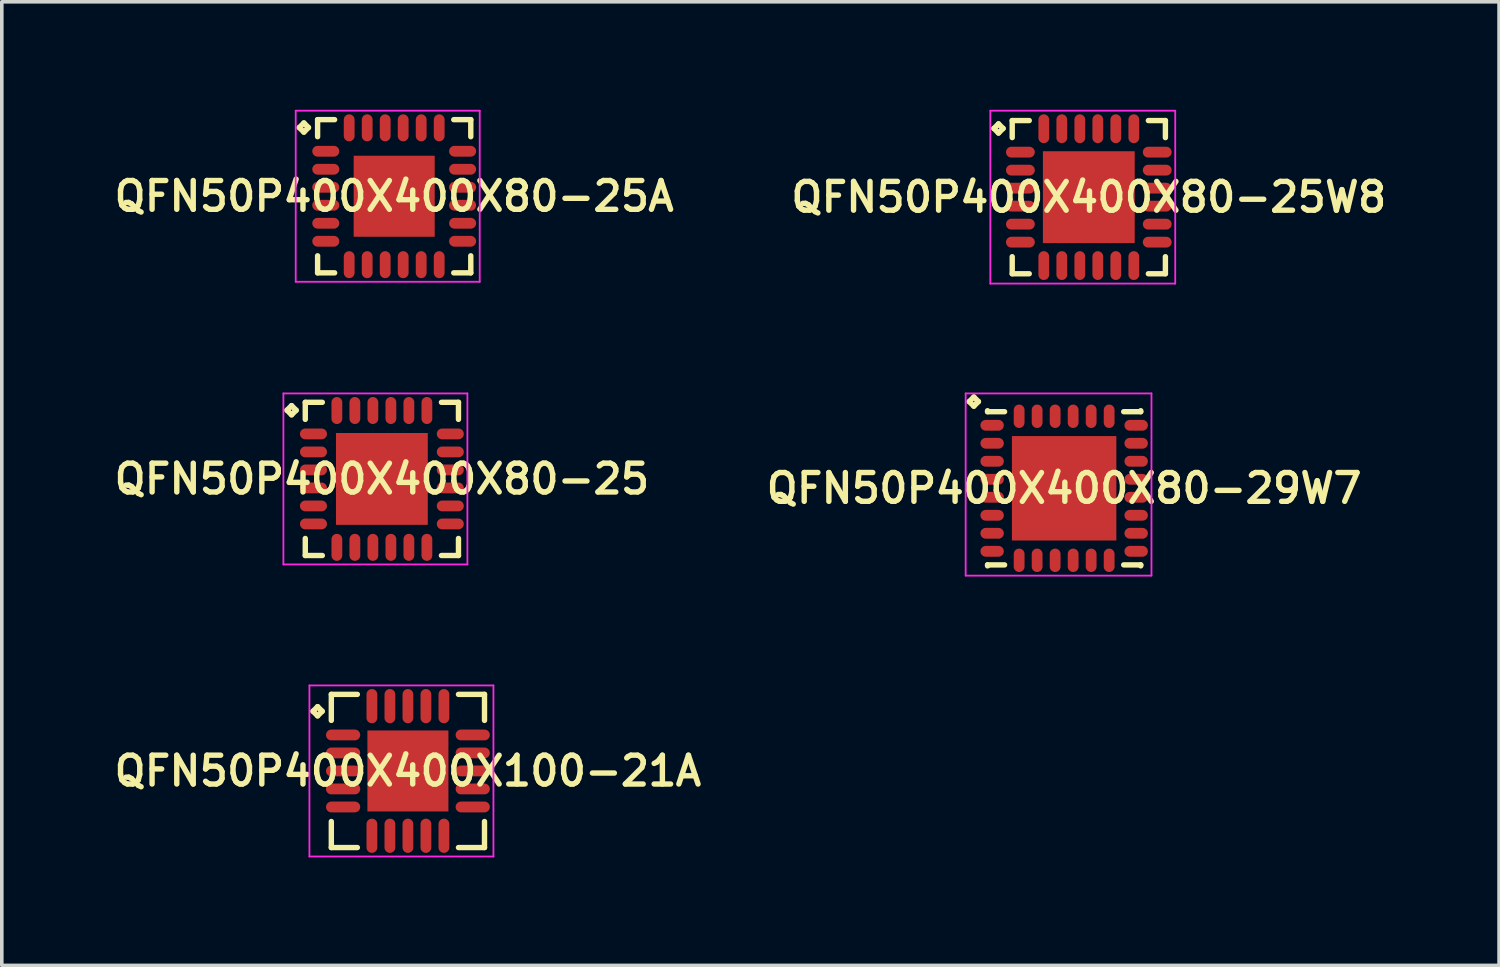
<source format=kicad_pcb>
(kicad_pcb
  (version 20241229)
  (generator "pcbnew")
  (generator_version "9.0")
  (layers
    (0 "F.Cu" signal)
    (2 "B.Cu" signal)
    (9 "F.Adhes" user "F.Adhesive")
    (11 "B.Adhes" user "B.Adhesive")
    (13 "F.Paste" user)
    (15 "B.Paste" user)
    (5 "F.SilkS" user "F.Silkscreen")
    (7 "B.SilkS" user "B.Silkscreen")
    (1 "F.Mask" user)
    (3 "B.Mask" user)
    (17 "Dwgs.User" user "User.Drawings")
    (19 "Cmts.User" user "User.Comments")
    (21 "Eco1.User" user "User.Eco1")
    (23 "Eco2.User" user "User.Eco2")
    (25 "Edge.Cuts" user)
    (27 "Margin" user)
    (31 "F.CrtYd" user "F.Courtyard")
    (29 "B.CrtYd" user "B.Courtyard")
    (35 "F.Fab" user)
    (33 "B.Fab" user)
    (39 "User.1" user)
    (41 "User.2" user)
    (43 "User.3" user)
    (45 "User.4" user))
  (footprint "QFN50P400X400X80-25"
    (layer "F.Cu")
    (at 7.555 10.25)
    (property "Reference" "QFN50P400X400X80-25" (at 0 0 0) (layer "F.SilkS") (effects (font (size 0.8 0.8) (thickness 0.15))))
    (attr smd)
    (fp_line (start -2.635 -1.908) (end -2.508 -2.035) (stroke (width 0.15) (type solid)) (layer "F.SilkS"))
    (fp_line (start -2.508 -2.035) (end -2.381 -1.908) (stroke (width 0.15) (type solid)) (layer "F.SilkS"))
    (fp_line (start -2.508 -1.781) (end -2.635 -1.908) (stroke (width 0.15) (type solid)) (layer "F.SilkS"))
    (fp_line (start -2.381 -1.908) (end -2.508 -1.781) (stroke (width 0.15) (type solid)) (layer "F.SilkS"))
    (fp_line (start -2.127 -2.127) (end -1.654 -2.127) (stroke (width 0.15) (type solid)) (layer "F.SilkS"))
    (fp_line (start -2.127 -1.654) (end -2.127 -2.127) (stroke (width 0.15) (type solid)) (layer "F.SilkS"))
    (fp_line (start -2.127 1.654) (end -2.127 2.127) (stroke (width 0.15) (type solid)) (layer "F.SilkS"))
    (fp_line (start -2.127 2.127) (end -1.654 2.127) (stroke (width 0.15) (type solid)) (layer "F.SilkS"))
    (fp_line (start 1.654 -2.127) (end 2.127 -2.127) (stroke (width 0.15) (type solid)) (layer "F.SilkS"))
    (fp_line (start 1.654 2.127) (end 2.127 2.127) (stroke (width 0.15) (type solid)) (layer "F.SilkS"))
    (fp_line (start 2.127 -2.127) (end 2.127 -1.654) (stroke (width 0.15) (type solid)) (layer "F.SilkS"))
    (fp_line (start 2.127 2.127) (end 2.127 1.654) (stroke (width 0.15) (type solid)) (layer "F.SilkS"))
    (fp_line (start -2.735 -2.375) (end 2.375 -2.375) (stroke (width 0.05) (type solid)) (layer "F.CrtYd"))
    (fp_line (start -2.735 2.375) (end -2.735 -2.375) (stroke (width 0.05) (type solid)) (layer "F.CrtYd"))
    (fp_line (start 2.375 -2.375) (end 2.375 2.375) (stroke (width 0.05) (type solid)) (layer "F.CrtYd"))
    (fp_line (start 2.375 2.375) (end -2.735 2.375) (stroke (width 0.05) (type solid)) (layer "F.CrtYd"))
    (pad "1" smd oval (at -1.9 -1.25) (size 0.75 0.3) (layers "F.Cu" "F.Mask" "F.Paste"))
    (pad "2" smd oval (at -1.9 -0.75) (size 0.75 0.3) (layers "F.Cu" "F.Mask" "F.Paste"))
    (pad "3" smd oval (at -1.9 -0.25) (size 0.75 0.3) (layers "F.Cu" "F.Mask" "F.Paste"))
    (pad "4" smd oval (at -1.9 0.25) (size 0.75 0.3) (layers "F.Cu" "F.Mask" "F.Paste"))
    (pad "5" smd oval (at -1.9 0.75) (size 0.75 0.3) (layers "F.Cu" "F.Mask" "F.Paste"))
    (pad "6" smd oval (at -1.9 1.25) (size 0.75 0.3) (layers "F.Cu" "F.Mask" "F.Paste"))
    (pad "7" smd oval (at -1.25 1.9) (size 0.3 0.75) (layers "F.Cu" "F.Mask" "F.Paste"))
    (pad "8" smd oval (at -0.75 1.9) (size 0.3 0.75) (layers "F.Cu" "F.Mask" "F.Paste"))
    (pad "9" smd oval (at -0.25 1.9) (size 0.3 0.75) (layers "F.Cu" "F.Mask" "F.Paste"))
    (pad "10" smd oval (at 0.25 1.9) (size 0.3 0.75) (layers "F.Cu" "F.Mask" "F.Paste"))
    (pad "11" smd oval (at 0.75 1.9) (size 0.3 0.75) (layers "F.Cu" "F.Mask" "F.Paste"))
    (pad "12" smd oval (at 1.25 1.9) (size 0.3 0.75) (layers "F.Cu" "F.Mask" "F.Paste"))
    (pad "13" smd oval (at 1.9 1.25) (size 0.75 0.3) (layers "F.Cu" "F.Mask" "F.Paste"))
    (pad "14" smd oval (at 1.9 0.75) (size 0.75 0.3) (layers "F.Cu" "F.Mask" "F.Paste"))
    (pad "15" smd oval (at 1.9 0.25) (size 0.75 0.3) (layers "F.Cu" "F.Mask" "F.Paste"))
    (pad "16" smd oval (at 1.9 -0.25) (size 0.75 0.3) (layers "F.Cu" "F.Mask" "F.Paste"))
    (pad "17" smd oval (at 1.9 -0.75) (size 0.75 0.3) (layers "F.Cu" "F.Mask" "F.Paste"))
    (pad "18" smd oval (at 1.9 -1.25) (size 0.75 0.3) (layers "F.Cu" "F.Mask" "F.Paste"))
    (pad "19" smd oval (at 1.25 -1.9) (size 0.3 0.75) (layers "F.Cu" "F.Mask" "F.Paste"))
    (pad "20" smd oval (at 0.75 -1.9) (size 0.3 0.75) (layers "F.Cu" "F.Mask" "F.Paste"))
    (pad "21" smd oval (at 0.25 -1.9) (size 0.3 0.75) (layers "F.Cu" "F.Mask" "F.Paste"))
    (pad "22" smd oval (at -0.25 -1.9) (size 0.3 0.75) (layers "F.Cu" "F.Mask" "F.Paste"))
    (pad "23" smd oval (at -0.75 -1.9) (size 0.3 0.75) (layers "F.Cu" "F.Mask" "F.Paste"))
    (pad "24" smd oval (at -1.25 -1.9) (size 0.3 0.75) (layers "F.Cu" "F.Mask" "F.Paste"))
    (pad "25" smd rect (at 0 0) (size 2.55 2.55) (layers "F.Cu" "F.Mask" "F.Paste")))
  (footprint "QFN50P400X400X80-29W7"
    (layer "F.Cu")
    (at 26.502 10.51)
    (property "Reference" "QFN50P400X400X80-29W7" (at 0 0 0) (layer "F.SilkS") (effects (font (size 0.8 0.8) (thickness 0.15))))
    (attr smd)
    (fp_line (start -2.635 -2.408) (end -2.508 -2.535) (stroke (width 0.15) (type solid)) (layer "F.SilkS"))
    (fp_line (start -2.508 -2.535) (end -2.381 -2.408) (stroke (width 0.15) (type solid)) (layer "F.SilkS"))
    (fp_line (start -2.508 -2.281) (end -2.635 -2.408) (stroke (width 0.15) (type solid)) (layer "F.SilkS"))
    (fp_line (start -2.381 -2.408) (end -2.508 -2.281) (stroke (width 0.15) (type solid)) (layer "F.SilkS"))
    (fp_line (start -2.127 -2.154) (end -2.127 -2.127) (stroke (width 0.15) (type solid)) (layer "F.SilkS"))
    (fp_line (start -2.127 -2.127) (end -1.654 -2.127) (stroke (width 0.15) (type solid)) (layer "F.SilkS"))
    (fp_line (start -2.127 2.127) (end -1.654 2.127) (stroke (width 0.15) (type solid)) (layer "F.SilkS"))
    (fp_line (start -2.127 2.154) (end -2.127 2.127) (stroke (width 0.15) (type solid)) (layer "F.SilkS"))
    (fp_line (start 1.654 -2.127) (end 2.127 -2.127) (stroke (width 0.15) (type solid)) (layer "F.SilkS"))
    (fp_line (start 1.654 2.127) (end 2.127 2.127) (stroke (width 0.15) (type solid)) (layer "F.SilkS"))
    (fp_line (start 2.127 -2.127) (end 2.127 -2.154) (stroke (width 0.15) (type solid)) (layer "F.SilkS"))
    (fp_line (start 2.127 2.127) (end 2.127 2.154) (stroke (width 0.15) (type solid)) (layer "F.SilkS"))
    (fp_line (start -2.735 -2.635) (end 2.425 -2.635) (stroke (width 0.05) (type solid)) (layer "F.CrtYd"))
    (fp_line (start -2.735 2.425) (end -2.735 -2.635) (stroke (width 0.05) (type solid)) (layer "F.CrtYd"))
    (fp_line (start 2.425 -2.635) (end 2.425 2.425) (stroke (width 0.05) (type solid)) (layer "F.CrtYd"))
    (fp_line (start 2.425 2.425) (end -2.735 2.425) (stroke (width 0.05) (type solid)) (layer "F.CrtYd"))
    (pad "1" smd oval (at -2 -1.75) (size 0.65 0.3) (layers "F.Cu" "F.Mask" "F.Paste"))
    (pad "2" smd oval (at -2 -1.25) (size 0.65 0.3) (layers "F.Cu" "F.Mask" "F.Paste"))
    (pad "3" smd oval (at -2 -0.75) (size 0.65 0.3) (layers "F.Cu" "F.Mask" "F.Paste"))
    (pad "4" smd oval (at -2 -0.25) (size 0.65 0.3) (layers "F.Cu" "F.Mask" "F.Paste"))
    (pad "5" smd oval (at -2 0.25) (size 0.65 0.3) (layers "F.Cu" "F.Mask" "F.Paste"))
    (pad "6" smd oval (at -2 0.75) (size 0.65 0.3) (layers "F.Cu" "F.Mask" "F.Paste"))
    (pad "7" smd oval (at -2 1.25) (size 0.65 0.3) (layers "F.Cu" "F.Mask" "F.Paste"))
    (pad "8" smd oval (at -2 1.75) (size 0.65 0.3) (layers "F.Cu" "F.Mask" "F.Paste"))
    (pad "9" smd oval (at -1.25 2) (size 0.3 0.65) (layers "F.Cu" "F.Mask" "F.Paste"))
    (pad "10" smd oval (at -0.75 2) (size 0.3 0.65) (layers "F.Cu" "F.Mask" "F.Paste"))
    (pad "11" smd oval (at -0.25 2) (size 0.3 0.65) (layers "F.Cu" "F.Mask" "F.Paste"))
    (pad "12" smd oval (at 0.25 2) (size 0.3 0.65) (layers "F.Cu" "F.Mask" "F.Paste"))
    (pad "13" smd oval (at 0.75 2) (size 0.3 0.65) (layers "F.Cu" "F.Mask" "F.Paste"))
    (pad "14" smd oval (at 1.25 2) (size 0.3 0.65) (layers "F.Cu" "F.Mask" "F.Paste"))
    (pad "15" smd oval (at 2 1.75) (size 0.65 0.3) (layers "F.Cu" "F.Mask" "F.Paste"))
    (pad "16" smd oval (at 2 1.25) (size 0.65 0.3) (layers "F.Cu" "F.Mask" "F.Paste"))
    (pad "17" smd oval (at 2 0.75) (size 0.65 0.3) (layers "F.Cu" "F.Mask" "F.Paste"))
    (pad "18" smd oval (at 2 0.25) (size 0.65 0.3) (layers "F.Cu" "F.Mask" "F.Paste"))
    (pad "19" smd oval (at 2 -0.25) (size 0.65 0.3) (layers "F.Cu" "F.Mask" "F.Paste"))
    (pad "20" smd oval (at 2 -0.75) (size 0.65 0.3) (layers "F.Cu" "F.Mask" "F.Paste"))
    (pad "21" smd oval (at 2 -1.25) (size 0.65 0.3) (layers "F.Cu" "F.Mask" "F.Paste"))
    (pad "22" smd oval (at 2 -1.75) (size 0.65 0.3) (layers "F.Cu" "F.Mask" "F.Paste"))
    (pad "23" smd oval (at 1.25 -2) (size 0.3 0.65) (layers "F.Cu" "F.Mask" "F.Paste"))
    (pad "24" smd oval (at 0.75 -2) (size 0.3 0.65) (layers "F.Cu" "F.Mask" "F.Paste"))
    (pad "25" smd oval (at 0.25 -2) (size 0.3 0.65) (layers "F.Cu" "F.Mask" "F.Paste"))
    (pad "26" smd oval (at -0.25 -2) (size 0.3 0.65) (layers "F.Cu" "F.Mask" "F.Paste"))
    (pad "27" smd oval (at -0.75 -2) (size 0.3 0.65) (layers "F.Cu" "F.Mask" "F.Paste"))
    (pad "28" smd oval (at -1.25 -2) (size 0.3 0.65) (layers "F.Cu" "F.Mask" "F.Paste"))
    (pad "29" smd rect (at 0 0) (size 2.9 2.9) (layers "F.Cu" "F.Mask" "F.Paste")))
  (footprint "QFN50P400X400X80-25W8"
    (layer "F.Cu")
    (at 27.187 2.425)
    (property "Reference" "QFN50P400X400X80-25W8" (at 0 0 0) (layer "F.SilkS") (effects (font (size 0.8 0.8) (thickness 0.15))))
    (attr smd)
    (fp_line (start -2.635 -1.908) (end -2.508 -2.035) (stroke (width 0.15) (type solid)) (layer "F.SilkS"))
    (fp_line (start -2.508 -2.035) (end -2.381 -1.908) (stroke (width 0.15) (type solid)) (layer "F.SilkS"))
    (fp_line (start -2.508 -1.781) (end -2.635 -1.908) (stroke (width 0.15) (type solid)) (layer "F.SilkS"))
    (fp_line (start -2.381 -1.908) (end -2.508 -1.781) (stroke (width 0.15) (type solid)) (layer "F.SilkS"))
    (fp_line (start -2.127 -2.127) (end -1.654 -2.127) (stroke (width 0.15) (type solid)) (layer "F.SilkS"))
    (fp_line (start -2.127 -1.654) (end -2.127 -2.127) (stroke (width 0.15) (type solid)) (layer "F.SilkS"))
    (fp_line (start -2.127 1.654) (end -2.127 2.127) (stroke (width 0.15) (type solid)) (layer "F.SilkS"))
    (fp_line (start -2.127 2.127) (end -1.654 2.127) (stroke (width 0.15) (type solid)) (layer "F.SilkS"))
    (fp_line (start 1.654 -2.127) (end 2.127 -2.127) (stroke (width 0.15) (type solid)) (layer "F.SilkS"))
    (fp_line (start 1.654 2.127) (end 2.127 2.127) (stroke (width 0.15) (type solid)) (layer "F.SilkS"))
    (fp_line (start 2.127 -2.127) (end 2.127 -1.654) (stroke (width 0.15) (type solid)) (layer "F.SilkS"))
    (fp_line (start 2.127 2.127) (end 2.127 1.654) (stroke (width 0.15) (type solid)) (layer "F.SilkS"))
    (fp_line (start -2.735 -2.4) (end 2.4 -2.4) (stroke (width 0.05) (type solid)) (layer "F.CrtYd"))
    (fp_line (start -2.735 2.4) (end -2.735 -2.4) (stroke (width 0.05) (type solid)) (layer "F.CrtYd"))
    (fp_line (start 2.4 -2.4) (end 2.4 2.4) (stroke (width 0.05) (type solid)) (layer "F.CrtYd"))
    (fp_line (start 2.4 2.4) (end -2.735 2.4) (stroke (width 0.05) (type solid)) (layer "F.CrtYd"))
    (pad "1" smd oval (at -1.9 -1.25) (size 0.8 0.3) (layers "F.Cu" "F.Mask" "F.Paste"))
    (pad "2" smd oval (at -1.9 -0.75) (size 0.8 0.3) (layers "F.Cu" "F.Mask" "F.Paste"))
    (pad "3" smd oval (at -1.9 -0.25) (size 0.8 0.3) (layers "F.Cu" "F.Mask" "F.Paste"))
    (pad "4" smd oval (at -1.9 0.25) (size 0.8 0.3) (layers "F.Cu" "F.Mask" "F.Paste"))
    (pad "5" smd oval (at -1.9 0.75) (size 0.8 0.3) (layers "F.Cu" "F.Mask" "F.Paste"))
    (pad "6" smd oval (at -1.9 1.25) (size 0.8 0.3) (layers "F.Cu" "F.Mask" "F.Paste"))
    (pad "7" smd oval (at -1.25 1.9) (size 0.3 0.8) (layers "F.Cu" "F.Mask" "F.Paste"))
    (pad "8" smd oval (at -0.75 1.9) (size 0.3 0.8) (layers "F.Cu" "F.Mask" "F.Paste"))
    (pad "9" smd oval (at -0.25 1.9) (size 0.3 0.8) (layers "F.Cu" "F.Mask" "F.Paste"))
    (pad "10" smd oval (at 0.25 1.9) (size 0.3 0.8) (layers "F.Cu" "F.Mask" "F.Paste"))
    (pad "11" smd oval (at 0.75 1.9) (size 0.3 0.8) (layers "F.Cu" "F.Mask" "F.Paste"))
    (pad "12" smd oval (at 1.25 1.9) (size 0.3 0.8) (layers "F.Cu" "F.Mask" "F.Paste"))
    (pad "13" smd oval (at 1.9 1.25) (size 0.8 0.3) (layers "F.Cu" "F.Mask" "F.Paste"))
    (pad "14" smd oval (at 1.9 0.75) (size 0.8 0.3) (layers "F.Cu" "F.Mask" "F.Paste"))
    (pad "15" smd oval (at 1.9 0.25) (size 0.8 0.3) (layers "F.Cu" "F.Mask" "F.Paste"))
    (pad "16" smd oval (at 1.9 -0.25) (size 0.8 0.3) (layers "F.Cu" "F.Mask" "F.Paste"))
    (pad "17" smd oval (at 1.9 -0.75) (size 0.8 0.3) (layers "F.Cu" "F.Mask" "F.Paste"))
    (pad "18" smd oval (at 1.9 -1.25) (size 0.8 0.3) (layers "F.Cu" "F.Mask" "F.Paste"))
    (pad "19" smd oval (at 1.25 -1.9) (size 0.3 0.8) (layers "F.Cu" "F.Mask" "F.Paste"))
    (pad "20" smd oval (at 0.75 -1.9) (size 0.3 0.8) (layers "F.Cu" "F.Mask" "F.Paste"))
    (pad "21" smd oval (at 0.25 -1.9) (size 0.3 0.8) (layers "F.Cu" "F.Mask" "F.Paste"))
    (pad "22" smd oval (at -0.25 -1.9) (size 0.3 0.8) (layers "F.Cu" "F.Mask" "F.Paste"))
    (pad "23" smd oval (at -0.75 -1.9) (size 0.3 0.8) (layers "F.Cu" "F.Mask" "F.Paste"))
    (pad "24" smd oval (at -1.25 -1.9) (size 0.3 0.8) (layers "F.Cu" "F.Mask" "F.Paste"))
    (pad "25" smd rect (at 0 0) (size 2.55 2.55) (layers "F.Cu" "F.Mask" "F.Paste")))
  (footprint "QFN50P400X400X100-21A"
    (layer "F.Cu")
    (at 8.278 18.36)
    (property "Reference" "QFN50P400X400X100-21A" (at 0 0 0) (layer "F.SilkS") (effects (font (size 0.8 0.8) (thickness 0.15))))
    (attr smd)
    (fp_line (start -2.635 -1.658) (end -2.508 -1.785) (stroke (width 0.15) (type solid)) (layer "F.SilkS"))
    (fp_line (start -2.508 -1.785) (end -2.381 -1.658) (stroke (width 0.15) (type solid)) (layer "F.SilkS"))
    (fp_line (start -2.508 -1.531) (end -2.635 -1.658) (stroke (width 0.15) (type solid)) (layer "F.SilkS"))
    (fp_line (start -2.381 -1.658) (end -2.508 -1.531) (stroke (width 0.15) (type solid)) (layer "F.SilkS"))
    (fp_line (start -2.127 -2.127) (end -1.404 -2.127) (stroke (width 0.15) (type solid)) (layer "F.SilkS"))
    (fp_line (start -2.127 -1.404) (end -2.127 -2.127) (stroke (width 0.15) (type solid)) (layer "F.SilkS"))
    (fp_line (start -2.127 1.404) (end -2.127 2.127) (stroke (width 0.15) (type solid)) (layer "F.SilkS"))
    (fp_line (start -2.127 2.127) (end -1.404 2.127) (stroke (width 0.15) (type solid)) (layer "F.SilkS"))
    (fp_line (start 1.404 -2.127) (end 2.127 -2.127) (stroke (width 0.15) (type solid)) (layer "F.SilkS"))
    (fp_line (start 1.404 2.127) (end 2.127 2.127) (stroke (width 0.15) (type solid)) (layer "F.SilkS"))
    (fp_line (start 2.127 -2.127) (end 2.127 -1.404) (stroke (width 0.15) (type solid)) (layer "F.SilkS"))
    (fp_line (start 2.127 2.127) (end 2.127 1.404) (stroke (width 0.15) (type solid)) (layer "F.SilkS"))
    (fp_line (start -2.735 -2.375) (end 2.375 -2.375) (stroke (width 0.05) (type solid)) (layer "F.CrtYd"))
    (fp_line (start -2.735 2.375) (end -2.735 -2.375) (stroke (width 0.05) (type solid)) (layer "F.CrtYd"))
    (fp_line (start 2.375 -2.375) (end 2.375 2.375) (stroke (width 0.05) (type solid)) (layer "F.CrtYd"))
    (fp_line (start 2.375 2.375) (end -2.735 2.375) (stroke (width 0.05) (type solid)) (layer "F.CrtYd"))
    (pad "1" smd oval (at -1.8 -1) (size 0.95 0.3) (layers "F.Cu" "F.Mask" "F.Paste"))
    (pad "2" smd oval (at -1.8 -0.5) (size 0.95 0.3) (layers "F.Cu" "F.Mask" "F.Paste"))
    (pad "3" smd oval (at -1.8 0) (size 0.95 0.3) (layers "F.Cu" "F.Mask" "F.Paste"))
    (pad "4" smd oval (at -1.8 0.5) (size 0.95 0.3) (layers "F.Cu" "F.Mask" "F.Paste"))
    (pad "5" smd oval (at -1.8 1) (size 0.95 0.3) (layers "F.Cu" "F.Mask" "F.Paste"))
    (pad "6" smd oval (at -1 1.8) (size 0.3 0.95) (layers "F.Cu" "F.Mask" "F.Paste"))
    (pad "7" smd oval (at -0.5 1.8) (size 0.3 0.95) (layers "F.Cu" "F.Mask" "F.Paste"))
    (pad "8" smd oval (at 0 1.8) (size 0.3 0.95) (layers "F.Cu" "F.Mask" "F.Paste"))
    (pad "9" smd oval (at 0.5 1.8) (size 0.3 0.95) (layers "F.Cu" "F.Mask" "F.Paste"))
    (pad "10" smd oval (at 1 1.8) (size 0.3 0.95) (layers "F.Cu" "F.Mask" "F.Paste"))
    (pad "11" smd oval (at 1.8 1) (size 0.95 0.3) (layers "F.Cu" "F.Mask" "F.Paste"))
    (pad "12" smd oval (at 1.8 0.5) (size 0.95 0.3) (layers "F.Cu" "F.Mask" "F.Paste"))
    (pad "13" smd oval (at 1.8 0) (size 0.95 0.3) (layers "F.Cu" "F.Mask" "F.Paste"))
    (pad "14" smd oval (at 1.8 -0.5) (size 0.95 0.3) (layers "F.Cu" "F.Mask" "F.Paste"))
    (pad "15" smd oval (at 1.8 -1) (size 0.95 0.3) (layers "F.Cu" "F.Mask" "F.Paste"))
    (pad "16" smd oval (at 1 -1.8) (size 0.3 0.95) (layers "F.Cu" "F.Mask" "F.Paste"))
    (pad "17" smd oval (at 0.5 -1.8) (size 0.3 0.95) (layers "F.Cu" "F.Mask" "F.Paste"))
    (pad "18" smd oval (at 0 -1.8) (size 0.3 0.95) (layers "F.Cu" "F.Mask" "F.Paste"))
    (pad "19" smd oval (at -0.5 -1.8) (size 0.3 0.95) (layers "F.Cu" "F.Mask" "F.Paste"))
    (pad "20" smd oval (at -1 -1.8) (size 0.3 0.95) (layers "F.Cu" "F.Mask" "F.Paste"))
    (pad "21" smd rect (at 0 0) (size 2.25 2.25) (layers "F.Cu" "F.Mask" "F.Paste")))
  (footprint "QFN50P400X400X80-25A"
    (layer "F.Cu")
    (at 7.897 2.4)
    (property "Reference" "QFN50P400X400X80-25A" (at 0 0 0) (layer "F.SilkS") (effects (font (size 0.8 0.8) (thickness 0.15))))
    (attr smd)
    (fp_line (start -2.635 -1.908) (end -2.508 -2.035) (stroke (width 0.15) (type solid)) (layer "F.SilkS"))
    (fp_line (start -2.508 -2.035) (end -2.381 -1.908) (stroke (width 0.15) (type solid)) (layer "F.SilkS"))
    (fp_line (start -2.508 -1.781) (end -2.635 -1.908) (stroke (width 0.15) (type solid)) (layer "F.SilkS"))
    (fp_line (start -2.381 -1.908) (end -2.508 -1.781) (stroke (width 0.15) (type solid)) (layer "F.SilkS"))
    (fp_line (start -2.127 -2.127) (end -1.654 -2.127) (stroke (width 0.15) (type solid)) (layer "F.SilkS"))
    (fp_line (start -2.127 -1.654) (end -2.127 -2.127) (stroke (width 0.15) (type solid)) (layer "F.SilkS"))
    (fp_line (start -2.127 1.654) (end -2.127 2.127) (stroke (width 0.15) (type solid)) (layer "F.SilkS"))
    (fp_line (start -2.127 2.127) (end -1.654 2.127) (stroke (width 0.15) (type solid)) (layer "F.SilkS"))
    (fp_line (start 1.654 -2.127) (end 2.127 -2.127) (stroke (width 0.15) (type solid)) (layer "F.SilkS"))
    (fp_line (start 1.654 2.127) (end 2.127 2.127) (stroke (width 0.15) (type solid)) (layer "F.SilkS"))
    (fp_line (start 2.127 -2.127) (end 2.127 -1.654) (stroke (width 0.15) (type solid)) (layer "F.SilkS"))
    (fp_line (start 2.127 2.127) (end 2.127 1.654) (stroke (width 0.15) (type solid)) (layer "F.SilkS"))
    (fp_line (start -2.735 -2.375) (end 2.375 -2.375) (stroke (width 0.05) (type solid)) (layer "F.CrtYd"))
    (fp_line (start -2.735 2.375) (end -2.735 -2.375) (stroke (width 0.05) (type solid)) (layer "F.CrtYd"))
    (fp_line (start 2.375 -2.375) (end 2.375 2.375) (stroke (width 0.05) (type solid)) (layer "F.CrtYd"))
    (fp_line (start 2.375 2.375) (end -2.735 2.375) (stroke (width 0.05) (type solid)) (layer "F.CrtYd"))
    (pad "1" smd oval (at -1.9 -1.25) (size 0.75 0.3) (layers "F.Cu" "F.Mask" "F.Paste"))
    (pad "2" smd oval (at -1.9 -0.75) (size 0.75 0.3) (layers "F.Cu" "F.Mask" "F.Paste"))
    (pad "3" smd oval (at -1.9 -0.25) (size 0.75 0.3) (layers "F.Cu" "F.Mask" "F.Paste"))
    (pad "4" smd oval (at -1.9 0.25) (size 0.75 0.3) (layers "F.Cu" "F.Mask" "F.Paste"))
    (pad "5" smd oval (at -1.9 0.75) (size 0.75 0.3) (layers "F.Cu" "F.Mask" "F.Paste"))
    (pad "6" smd oval (at -1.9 1.25) (size 0.75 0.3) (layers "F.Cu" "F.Mask" "F.Paste"))
    (pad "7" smd oval (at -1.25 1.9) (size 0.3 0.75) (layers "F.Cu" "F.Mask" "F.Paste"))
    (pad "8" smd oval (at -0.75 1.9) (size 0.3 0.75) (layers "F.Cu" "F.Mask" "F.Paste"))
    (pad "9" smd oval (at -0.25 1.9) (size 0.3 0.75) (layers "F.Cu" "F.Mask" "F.Paste"))
    (pad "10" smd oval (at 0.25 1.9) (size 0.3 0.75) (layers "F.Cu" "F.Mask" "F.Paste"))
    (pad "11" smd oval (at 0.75 1.9) (size 0.3 0.75) (layers "F.Cu" "F.Mask" "F.Paste"))
    (pad "12" smd oval (at 1.25 1.9) (size 0.3 0.75) (layers "F.Cu" "F.Mask" "F.Paste"))
    (pad "13" smd oval (at 1.9 1.25) (size 0.75 0.3) (layers "F.Cu" "F.Mask" "F.Paste"))
    (pad "14" smd oval (at 1.9 0.75) (size 0.75 0.3) (layers "F.Cu" "F.Mask" "F.Paste"))
    (pad "15" smd oval (at 1.9 0.25) (size 0.75 0.3) (layers "F.Cu" "F.Mask" "F.Paste"))
    (pad "16" smd oval (at 1.9 -0.25) (size 0.75 0.3) (layers "F.Cu" "F.Mask" "F.Paste"))
    (pad "17" smd oval (at 1.9 -0.75) (size 0.75 0.3) (layers "F.Cu" "F.Mask" "F.Paste"))
    (pad "18" smd oval (at 1.9 -1.25) (size 0.75 0.3) (layers "F.Cu" "F.Mask" "F.Paste"))
    (pad "19" smd oval (at 1.25 -1.9) (size 0.3 0.75) (layers "F.Cu" "F.Mask" "F.Paste"))
    (pad "20" smd oval (at 0.75 -1.9) (size 0.3 0.75) (layers "F.Cu" "F.Mask" "F.Paste"))
    (pad "21" smd oval (at 0.25 -1.9) (size 0.3 0.75) (layers "F.Cu" "F.Mask" "F.Paste"))
    (pad "22" smd oval (at -0.25 -1.9) (size 0.3 0.75) (layers "F.Cu" "F.Mask" "F.Paste"))
    (pad "23" smd oval (at -0.75 -1.9) (size 0.3 0.75) (layers "F.Cu" "F.Mask" "F.Paste"))
    (pad "24" smd oval (at -1.25 -1.9) (size 0.3 0.75) (layers "F.Cu" "F.Mask" "F.Paste"))
    (pad "25" smd rect (at 0 0) (size 2.25 2.25) (layers "F.Cu" "F.Mask" "F.Paste")))
  (gr_rect
    (start -3 -3)
    (end 38.58 23.76)
    (stroke (width 0.1) (type default))
    (fill no)
    (layer "Edge.Cuts")))
</source>
